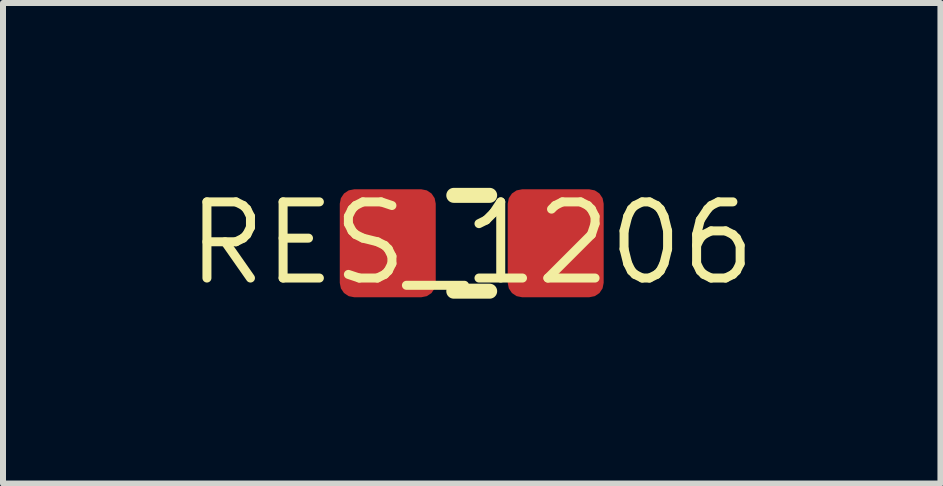
<source format=kicad_pcb>
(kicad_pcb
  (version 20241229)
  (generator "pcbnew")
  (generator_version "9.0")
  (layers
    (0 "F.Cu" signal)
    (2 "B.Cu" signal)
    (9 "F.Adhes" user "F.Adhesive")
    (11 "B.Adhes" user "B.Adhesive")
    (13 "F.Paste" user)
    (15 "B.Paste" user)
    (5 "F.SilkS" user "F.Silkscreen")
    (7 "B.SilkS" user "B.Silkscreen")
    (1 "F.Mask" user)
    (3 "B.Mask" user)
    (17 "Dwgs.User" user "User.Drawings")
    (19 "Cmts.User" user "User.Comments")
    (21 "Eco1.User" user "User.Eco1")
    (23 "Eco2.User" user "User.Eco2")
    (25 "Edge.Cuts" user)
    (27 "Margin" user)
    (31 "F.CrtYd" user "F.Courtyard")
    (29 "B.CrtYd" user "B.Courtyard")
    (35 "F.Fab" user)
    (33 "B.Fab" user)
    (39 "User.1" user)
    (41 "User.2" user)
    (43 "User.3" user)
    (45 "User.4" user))
  (footprint "RES_1206"
    (layer "F.Cu")
    (at 4.815 1.006)
    (property "Reference" "RES_1206" (at 0 0 0) (layer "F.SilkS") (effects (font (size 1.27 1.27) (thickness 0.15))))
    (fp_line (start -0.299 -0.799) (end 0.299 -0.799) (stroke (width 0.25) (type solid)) (layer "F.SilkS"))
    (fp_line (start -0.299 0.799) (end 0.299 0.799) (stroke (width 0.25) (type solid)) (layer "F.SilkS"))
    (pad "1" smd roundrect (at -1.4 0 90) (size 1.8 1.6) (layers "F.Cu" "F.Mask" "F.Paste") (roundrect_rratio 0.15))
    (pad "2" smd roundrect (at 1.4 0 90) (size 1.8 1.6) (layers "F.Cu" "F.Mask" "F.Paste") (roundrect_rratio 0.15)))
  (gr_rect
    (start -3 -3)
    (end 12.63 5.012)
    (stroke (width 0.1) (type default))
    (fill no)
    (layer "Edge.Cuts")))
</source>
